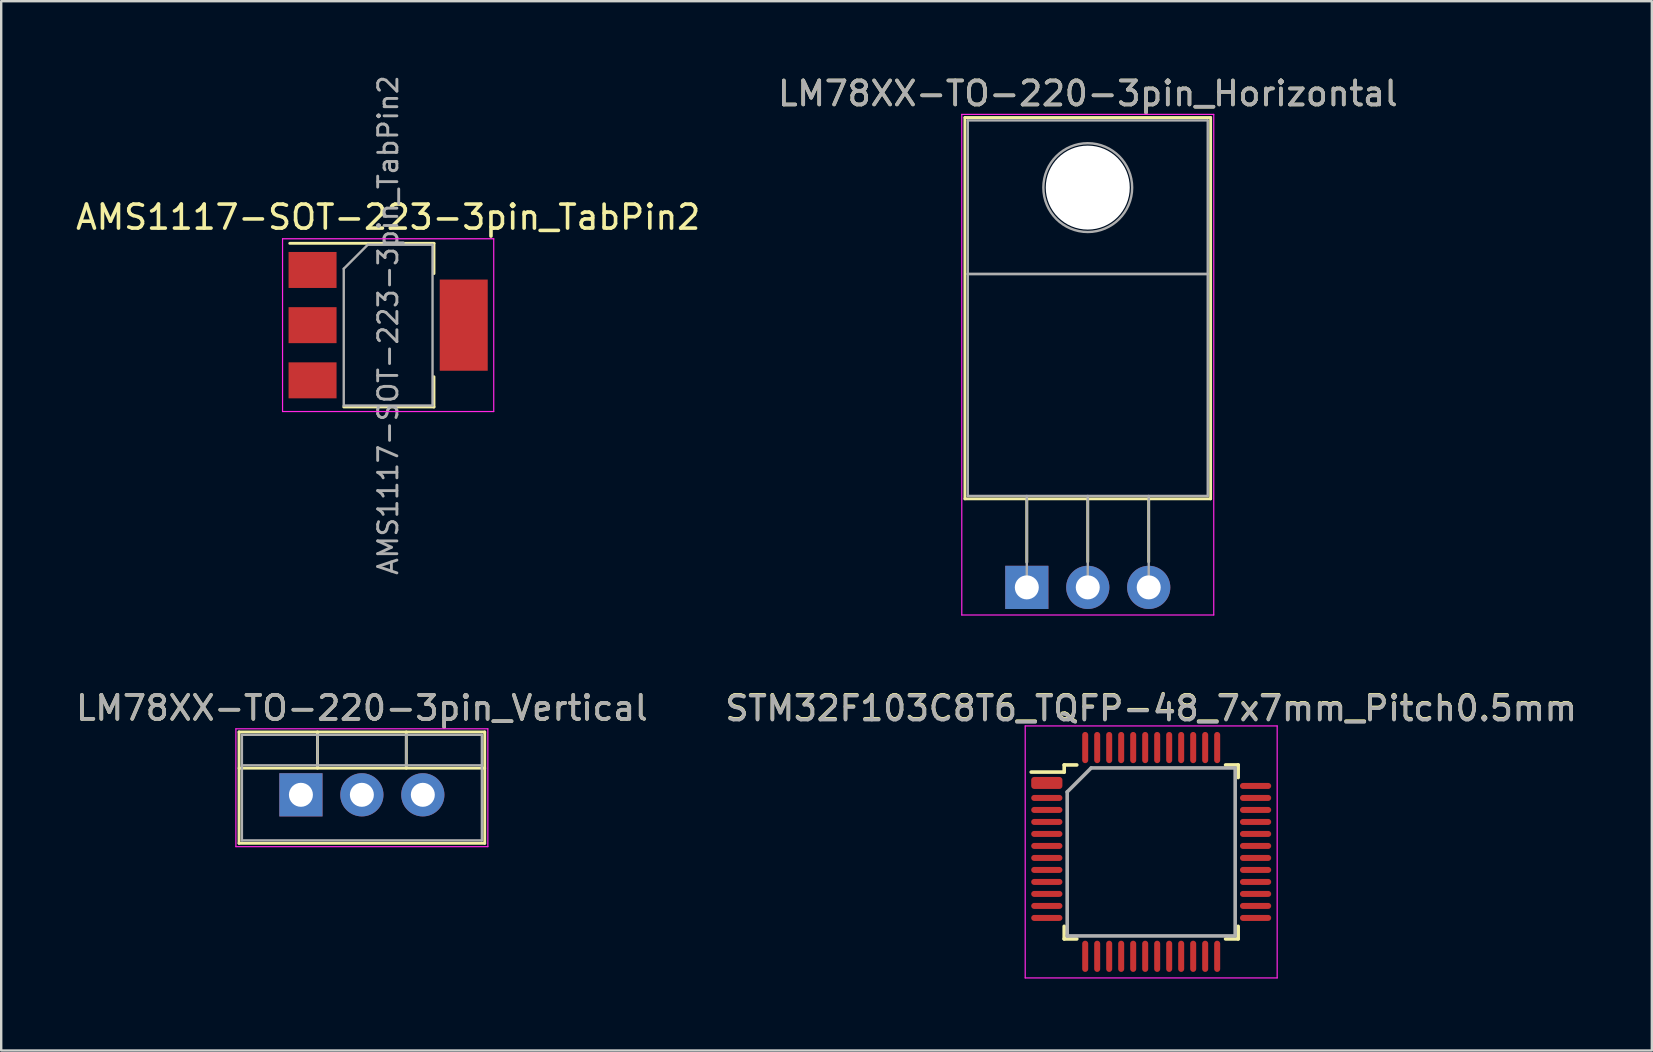
<source format=kicad_pcb>
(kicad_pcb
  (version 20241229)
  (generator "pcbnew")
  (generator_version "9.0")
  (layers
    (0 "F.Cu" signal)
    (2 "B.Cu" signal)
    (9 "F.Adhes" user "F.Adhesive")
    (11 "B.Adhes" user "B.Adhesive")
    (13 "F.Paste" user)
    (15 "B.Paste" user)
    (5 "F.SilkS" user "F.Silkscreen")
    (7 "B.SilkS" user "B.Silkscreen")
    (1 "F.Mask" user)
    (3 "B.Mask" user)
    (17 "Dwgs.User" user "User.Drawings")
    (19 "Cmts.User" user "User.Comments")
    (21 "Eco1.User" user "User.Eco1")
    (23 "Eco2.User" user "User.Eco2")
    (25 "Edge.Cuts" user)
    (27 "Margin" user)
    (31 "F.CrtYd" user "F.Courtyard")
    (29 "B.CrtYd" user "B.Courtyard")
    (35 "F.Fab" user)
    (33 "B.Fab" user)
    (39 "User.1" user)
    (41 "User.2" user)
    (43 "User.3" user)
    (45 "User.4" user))
  (footprint "LM78XX-TO-220-3pin_Horizontal"
    (layer "F.Cu")
    (at 39.74 21.428)
    (property "Reference" "LM78XX-TO-220-3pin_Horizontal" (at 2.54 -20.58 0) (layer "F.SilkS") (effects (font (size 1 1) (thickness 0.15))))
    (attr through_hole)
    (fp_line (start -2.58 -19.58) (end -2.58 -3.69) (stroke (width 0.12) (type solid)) (layer "F.SilkS"))
    (fp_line (start -2.58 -19.58) (end 7.66 -19.58) (stroke (width 0.12) (type solid)) (layer "F.SilkS"))
    (fp_line (start -2.58 -3.69) (end 7.66 -3.69) (stroke (width 0.12) (type solid)) (layer "F.SilkS"))
    (fp_line (start 0 -3.69) (end 0 -1.05) (stroke (width 0.12) (type solid)) (layer "F.SilkS"))
    (fp_line (start 2.54 -3.69) (end 2.54 -1.066) (stroke (width 0.12) (type solid)) (layer "F.SilkS"))
    (fp_line (start 5.08 -3.69) (end 5.08 -1.066) (stroke (width 0.12) (type solid)) (layer "F.SilkS"))
    (fp_line (start 7.66 -19.58) (end 7.66 -3.69) (stroke (width 0.12) (type solid)) (layer "F.SilkS"))
    (fp_line (start -2.71 -19.71) (end -2.71 1.15) (stroke (width 0.05) (type solid)) (layer "F.CrtYd"))
    (fp_line (start -2.71 1.15) (end 7.79 1.15) (stroke (width 0.05) (type solid)) (layer "F.CrtYd"))
    (fp_line (start 7.79 -19.71) (end -2.71 -19.71) (stroke (width 0.05) (type solid)) (layer "F.CrtYd"))
    (fp_line (start 7.79 1.15) (end 7.79 -19.71) (stroke (width 0.05) (type solid)) (layer "F.CrtYd"))
    (fp_line (start -2.46 -19.46) (end 7.54 -19.46) (stroke (width 0.1) (type solid)) (layer "F.Fab"))
    (fp_line (start -2.46 -13.06) (end -2.46 -19.46) (stroke (width 0.1) (type solid)) (layer "F.Fab"))
    (fp_line (start -2.46 -13.06) (end 7.54 -13.06) (stroke (width 0.1) (type solid)) (layer "F.Fab"))
    (fp_line (start -2.46 -3.81) (end -2.46 -13.06) (stroke (width 0.1) (type solid)) (layer "F.Fab"))
    (fp_line (start 0 -3.81) (end 0 0) (stroke (width 0.1) (type solid)) (layer "F.Fab"))
    (fp_line (start 2.54 -3.81) (end 2.54 0) (stroke (width 0.1) (type solid)) (layer "F.Fab"))
    (fp_line (start 5.08 -3.81) (end 5.08 0) (stroke (width 0.1) (type solid)) (layer "F.Fab"))
    (fp_line (start 7.54 -19.46) (end 7.54 -13.06) (stroke (width 0.1) (type solid)) (layer "F.Fab"))
    (fp_line (start 7.54 -13.06) (end -2.46 -13.06) (stroke (width 0.1) (type solid)) (layer "F.Fab"))
    (fp_line (start 7.54 -13.06) (end 7.54 -3.81) (stroke (width 0.1) (type solid)) (layer "F.Fab"))
    (fp_line (start 7.54 -3.81) (end -2.46 -3.81) (stroke (width 0.1) (type solid)) (layer "F.Fab"))
    (fp_circle (center 2.54 -16.66) (end 4.39 -16.66) (stroke (width 0.1) (type solid)) (fill no) (layer "F.Fab"))
    (fp_text user "${REFERENCE}" (at 2.54 -20.58 0) (layer "F.Fab") (effects (font (size 1 1) (thickness 0.15))))
    (pad "" np_thru_hole oval (at 2.54 -16.66) (size 3.5 3.5) (drill 3.5) (layers "*.Cu" "*.Mask"))
    (pad "1" thru_hole rect (at 0 0) (size 1.8 1.8) (drill 1) (layers "*.Cu" "*.Mask"))
    (pad "2" thru_hole oval (at 2.54 0) (size 1.8 1.8) (drill 1) (layers "*.Cu" "*.Mask"))
    (pad "3" thru_hole oval (at 5.08 0) (size 1.8 1.8) (drill 1) (layers "*.Cu" "*.Mask")))
  (footprint "LM78XX-TO-220-3pin_Vertical"
    (layer "F.Cu")
    (at 12.03 30.072)
    (property "Reference" "LM78XX-TO-220-3pin_Vertical" (at 0 -3.62 0) (layer "F.SilkS") (effects (font (size 1 1) (thickness 0.15))))
    (attr through_hole)
    (fp_line (start -5.12 -2.62) (end -5.12 2.021) (stroke (width 0.12) (type solid)) (layer "F.SilkS"))
    (fp_line (start -5.12 -2.62) (end 5.12 -2.62) (stroke (width 0.12) (type solid)) (layer "F.SilkS"))
    (fp_line (start -5.12 -1.11) (end 5.12 -1.11) (stroke (width 0.12) (type solid)) (layer "F.SilkS"))
    (fp_line (start -5.12 2.021) (end 5.12 2.021) (stroke (width 0.12) (type solid)) (layer "F.SilkS"))
    (fp_line (start -1.85 -2.62) (end -1.85 -1.11) (stroke (width 0.12) (type solid)) (layer "F.SilkS"))
    (fp_line (start 1.851 -2.62) (end 1.851 -1.11) (stroke (width 0.12) (type solid)) (layer "F.SilkS"))
    (fp_line (start 5.12 -2.62) (end 5.12 2.021) (stroke (width 0.12) (type solid)) (layer "F.SilkS"))
    (fp_line (start -5.25 -2.75) (end -5.25 2.16) (stroke (width 0.05) (type solid)) (layer "F.CrtYd"))
    (fp_line (start -5.25 2.16) (end 5.25 2.16) (stroke (width 0.05) (type solid)) (layer "F.CrtYd"))
    (fp_line (start 5.25 -2.75) (end -5.25 -2.75) (stroke (width 0.05) (type solid)) (layer "F.CrtYd"))
    (fp_line (start 5.25 2.16) (end 5.25 -2.75) (stroke (width 0.05) (type solid)) (layer "F.CrtYd"))
    (fp_line (start -5 -2.5) (end -5 1.9) (stroke (width 0.1) (type solid)) (layer "F.Fab"))
    (fp_line (start -5 -1.23) (end 5 -1.23) (stroke (width 0.1) (type solid)) (layer "F.Fab"))
    (fp_line (start -5 1.9) (end 5 1.9) (stroke (width 0.1) (type solid)) (layer "F.Fab"))
    (fp_line (start -1.85 -2.5) (end -1.85 -1.23) (stroke (width 0.1) (type solid)) (layer "F.Fab"))
    (fp_line (start 1.85 -2.5) (end 1.85 -1.23) (stroke (width 0.1) (type solid)) (layer "F.Fab"))
    (fp_line (start 5 -2.5) (end -5 -2.5) (stroke (width 0.1) (type solid)) (layer "F.Fab"))
    (fp_line (start 5 1.9) (end 5 -2.5) (stroke (width 0.1) (type solid)) (layer "F.Fab"))
    (fp_text user "${REFERENCE}" (at 0 -3.62 0) (layer "F.Fab") (effects (font (size 1 1) (thickness 0.15))))
    (pad "1" thru_hole rect (at -2.54 0) (size 1.8 1.8) (drill 1) (layers "*.Cu" "*.Mask"))
    (pad "2" thru_hole oval (at 0 0) (size 1.8 1.8) (drill 1) (layers "*.Cu" "*.Mask"))
    (pad "3" thru_hole oval (at 2.54 0) (size 1.8 1.8) (drill 1) (layers "*.Cu" "*.Mask")))
  (footprint "AMS1117-SOT-223-3pin_TabPin2"
    (layer "F.Cu")
    (at 9.95 8.214)
    (property "Reference" "AMS1117-SOT-223-3pin_TabPin2" (at 3.175 -2.214 0) (layer "F.SilkS") (effects (font (size 1 1) (thickness 0.15))))
    (attr smd)
    (fp_line (start -0.925 -1.124) (end 5.085 -1.124) (stroke (width 0.12) (type solid)) (layer "F.SilkS"))
    (fp_line (start 1.325 5.696) (end 5.085 5.696) (stroke (width 0.12) (type solid)) (layer "F.SilkS"))
    (fp_line (start 5.085 -1.124) (end 5.085 0.136) (stroke (width 0.12) (type solid)) (layer "F.SilkS"))
    (fp_line (start 5.085 5.696) (end 5.085 4.436) (stroke (width 0.12) (type solid)) (layer "F.SilkS"))
    (fp_line (start -1.225 -1.314) (end -1.225 5.886) (stroke (width 0.05) (type solid)) (layer "F.CrtYd"))
    (fp_line (start -1.225 5.886) (end 7.575 5.886) (stroke (width 0.05) (type solid)) (layer "F.CrtYd"))
    (fp_line (start 7.575 -1.314) (end -1.225 -1.314) (stroke (width 0.05) (type solid)) (layer "F.CrtYd"))
    (fp_line (start 7.575 5.886) (end 7.575 -1.314) (stroke (width 0.05) (type solid)) (layer "F.CrtYd"))
    (fp_line (start 1.325 -0.064) (end 1.325 5.636) (stroke (width 0.1) (type solid)) (layer "F.Fab"))
    (fp_line (start 1.325 -0.064) (end 2.325 -1.064) (stroke (width 0.1) (type solid)) (layer "F.Fab"))
    (fp_line (start 1.325 5.636) (end 5.025 5.636) (stroke (width 0.1) (type solid)) (layer "F.Fab"))
    (fp_line (start 2.325 -1.064) (end 5.025 -1.064) (stroke (width 0.1) (type solid)) (layer "F.Fab"))
    (fp_line (start 5.025 -1.064) (end 5.025 5.636) (stroke (width 0.1) (type solid)) (layer "F.Fab"))
    (fp_text user "${REFERENCE}" (at 3.175 2.286 90) (layer "F.Fab") (effects (font (size 0.8 0.8) (thickness 0.12))))
    (pad "1" smd rect (at 0.025 -0.014) (size 2 1.5) (layers "F.Cu" "F.Mask" "F.Paste"))
    (pad "2" smd rect (at 0.025 2.286) (size 2 1.5) (layers "F.Cu" "F.Mask" "F.Paste"))
    (pad "2" smd rect (at 6.325 2.286) (size 2 3.8) (layers "F.Cu" "F.Mask" "F.Paste"))
    (pad "3" smd rect (at 0.025 4.586) (size 2 1.5) (layers "F.Cu" "F.Mask" "F.Paste")))
  (footprint "STM32F103C8T6_TQFP-48_7x7mm_Pitch0.5mm"
    (placed yes)
    (layer "F.Cu")
    (at 44.923 32.452)
    (property "Reference" "STM32F103C8T6_TQFP-48_7x7mm_Pitch0.5mm" (at 0 -6 0) (layer "F.SilkS") (effects (font (size 1 1) (thickness 0.15))))
    (attr smd)
    (fp_line (start -3.625 -3.625) (end -3.1 -3.625) (stroke (width 0.15) (type solid)) (layer "F.SilkS"))
    (fp_line (start -3.625 -3.327) (end -5 -3.327) (stroke (width 0.15) (type solid)) (layer "F.SilkS"))
    (fp_line (start -3.625 3.625) (end -3.625 3.1) (stroke (width 0.15) (type solid)) (layer "F.SilkS"))
    (fp_line (start -3.625 3.625) (end -3.1 3.625) (stroke (width 0.15) (type solid)) (layer "F.SilkS"))
    (fp_line (start -3.625 -3.625) (end -3.625 -3.327) (stroke (width 0.15) (type solid)) (layer "F.SilkS"))
    (fp_line (start 3.625 -3.625) (end 3.1 -3.625) (stroke (width 0.15) (type solid)) (layer "F.SilkS"))
    (fp_line (start 3.625 -3.625) (end 3.625 -3.1) (stroke (width 0.15) (type solid)) (layer "F.SilkS"))
    (fp_line (start 3.625 3.625) (end 3.1 3.625) (stroke (width 0.15) (type solid)) (layer "F.SilkS"))
    (fp_line (start 3.625 3.625) (end 3.625 3.1) (stroke (width 0.15) (type solid)) (layer "F.SilkS"))
    (fp_line (start -5.25 -5.25) (end -5.25 5.25) (stroke (width 0.05) (type solid)) (layer "F.CrtYd"))
    (fp_line (start -5.25 -5.25) (end 5.25 -5.25) (stroke (width 0.05) (type solid)) (layer "F.CrtYd"))
    (fp_line (start -5.25 5.25) (end 5.25 5.25) (stroke (width 0.05) (type solid)) (layer "F.CrtYd"))
    (fp_line (start 5.25 -5.25) (end 5.25 5.25) (stroke (width 0.05) (type solid)) (layer "F.CrtYd"))
    (fp_line (start -3.5 -2.5) (end -2.5 -3.5) (stroke (width 0.15) (type solid)) (layer "F.Fab"))
    (fp_line (start -3.5 3.5) (end -3.5 -2.5) (stroke (width 0.15) (type solid)) (layer "F.Fab"))
    (fp_line (start -2.5 -3.5) (end 3.5 -3.5) (stroke (width 0.15) (type solid)) (layer "F.Fab"))
    (fp_line (start 3.5 -3.5) (end 3.5 3.5) (stroke (width 0.15) (type solid)) (layer "F.Fab"))
    (fp_line (start 3.5 3.5) (end -3.5 3.5) (stroke (width 0.15) (type solid)) (layer "F.Fab"))
    (fp_text user "${REFERENCE}" (at 0 -5.969 0) (layer "F.Fab") (effects (font (size 1 1) (thickness 0.15))))
    (pad "1" smd roundrect (at -4.35 -2.75) (size 1.3 0.5) (drill (offset 0 -0.125)) (layers "F.Cu" "F.Mask" "F.Paste") (roundrect_rratio 0.25))
    (pad "2" smd oval (at -4.35 -2.25) (size 1.3 0.25) (layers "F.Cu" "F.Mask" "F.Paste"))
    (pad "3" smd oval (at -4.35 -1.75) (size 1.3 0.25) (layers "F.Cu" "F.Mask" "F.Paste"))
    (pad "4" smd oval (at -4.35 -1.25) (size 1.3 0.25) (layers "F.Cu" "F.Mask" "F.Paste"))
    (pad "5" smd oval (at -4.35 -0.75) (size 1.3 0.25) (layers "F.Cu" "F.Mask" "F.Paste"))
    (pad "6" smd oval (at -4.35 -0.25) (size 1.3 0.25) (layers "F.Cu" "F.Mask" "F.Paste"))
    (pad "7" smd oval (at -4.35 0.25) (size 1.3 0.25) (layers "F.Cu" "F.Mask" "F.Paste"))
    (pad "8" smd oval (at -4.35 0.75) (size 1.3 0.25) (layers "F.Cu" "F.Mask" "F.Paste"))
    (pad "9" smd oval (at -4.35 1.25) (size 1.3 0.25) (layers "F.Cu" "F.Mask" "F.Paste"))
    (pad "10" smd oval (at -4.35 1.75) (size 1.3 0.25) (layers "F.Cu" "F.Mask" "F.Paste"))
    (pad "11" smd oval (at -4.35 2.25) (size 1.3 0.25) (layers "F.Cu" "F.Mask" "F.Paste"))
    (pad "12" smd oval (at -4.35 2.75) (size 1.3 0.25) (layers "F.Cu" "F.Mask" "F.Paste"))
    (pad "13" smd oval (at -2.75 4.35 90) (size 1.3 0.25) (layers "F.Cu" "F.Mask" "F.Paste"))
    (pad "14" smd oval (at -2.25 4.35 90) (size 1.3 0.25) (layers "F.Cu" "F.Mask" "F.Paste"))
    (pad "15" smd oval (at -1.75 4.35 90) (size 1.3 0.25) (layers "F.Cu" "F.Mask" "F.Paste"))
    (pad "16" smd oval (at -1.25 4.35 90) (size 1.3 0.25) (layers "F.Cu" "F.Mask" "F.Paste"))
    (pad "17" smd oval (at -0.75 4.35 90) (size 1.3 0.25) (layers "F.Cu" "F.Mask" "F.Paste"))
    (pad "18" smd oval (at -0.25 4.35 90) (size 1.3 0.25) (layers "F.Cu" "F.Mask" "F.Paste"))
    (pad "19" smd oval (at 0.25 4.35 90) (size 1.3 0.25) (layers "F.Cu" "F.Mask" "F.Paste"))
    (pad "20" smd oval (at 0.75 4.35 90) (size 1.3 0.25) (layers "F.Cu" "F.Mask" "F.Paste"))
    (pad "21" smd oval (at 1.25 4.35 90) (size 1.3 0.25) (layers "F.Cu" "F.Mask" "F.Paste"))
    (pad "22" smd oval (at 1.75 4.35 90) (size 1.3 0.25) (layers "F.Cu" "F.Mask" "F.Paste"))
    (pad "23" smd oval (at 2.25 4.35 90) (size 1.3 0.25) (layers "F.Cu" "F.Mask" "F.Paste"))
    (pad "24" smd oval (at 2.75 4.35 90) (size 1.3 0.25) (layers "F.Cu" "F.Mask" "F.Paste"))
    (pad "25" smd oval (at 4.35 2.75) (size 1.3 0.25) (layers "F.Cu" "F.Mask" "F.Paste"))
    (pad "26" smd oval (at 4.35 2.25) (size 1.3 0.25) (layers "F.Cu" "F.Mask" "F.Paste"))
    (pad "27" smd oval (at 4.35 1.75) (size 1.3 0.25) (layers "F.Cu" "F.Mask" "F.Paste"))
    (pad "28" smd oval (at 4.35 1.25) (size 1.3 0.25) (layers "F.Cu" "F.Mask" "F.Paste"))
    (pad "29" smd oval (at 4.35 0.75) (size 1.3 0.25) (layers "F.Cu" "F.Mask" "F.Paste"))
    (pad "30" smd oval (at 4.35 0.25) (size 1.3 0.25) (layers "F.Cu" "F.Mask" "F.Paste"))
    (pad "31" smd oval (at 4.35 -0.25) (size 1.3 0.25) (layers "F.Cu" "F.Mask" "F.Paste"))
    (pad "32" smd oval (at 4.35 -0.75) (size 1.3 0.25) (layers "F.Cu" "F.Mask" "F.Paste"))
    (pad "33" smd oval (at 4.35 -1.25) (size 1.3 0.25) (layers "F.Cu" "F.Mask" "F.Paste"))
    (pad "34" smd oval (at 4.35 -1.75) (size 1.3 0.25) (layers "F.Cu" "F.Mask" "F.Paste"))
    (pad "35" smd oval (at 4.35 -2.25) (size 1.3 0.25) (layers "F.Cu" "F.Mask" "F.Paste"))
    (pad "36" smd oval (at 4.35 -2.75) (size 1.3 0.25) (layers "F.Cu" "F.Mask" "F.Paste"))
    (pad "37" smd oval (at 2.75 -4.35 90) (size 1.3 0.25) (layers "F.Cu" "F.Mask" "F.Paste"))
    (pad "38" smd oval (at 2.25 -4.35 90) (size 1.3 0.25) (layers "F.Cu" "F.Mask" "F.Paste"))
    (pad "39" smd oval (at 1.75 -4.35 90) (size 1.3 0.25) (layers "F.Cu" "F.Mask" "F.Paste"))
    (pad "40" smd oval (at 1.25 -4.35 90) (size 1.3 0.25) (layers "F.Cu" "F.Mask" "F.Paste"))
    (pad "41" smd oval (at 0.75 -4.35 90) (size 1.3 0.25) (layers "F.Cu" "F.Mask" "F.Paste"))
    (pad "42" smd oval (at 0.25 -4.35 90) (size 1.3 0.25) (layers "F.Cu" "F.Mask" "F.Paste"))
    (pad "43" smd oval (at -0.25 -4.35 90) (size 1.3 0.25) (layers "F.Cu" "F.Mask" "F.Paste"))
    (pad "44" smd oval (at -0.75 -4.35 90) (size 1.3 0.25) (layers "F.Cu" "F.Mask" "F.Paste"))
    (pad "45" smd oval (at -1.25 -4.35 90) (size 1.3 0.25) (layers "F.Cu" "F.Mask" "F.Paste"))
    (pad "46" smd oval (at -1.75 -4.35 90) (size 1.3 0.25) (layers "F.Cu" "F.Mask" "F.Paste"))
    (pad "47" smd oval (at -2.25 -4.35 90) (size 1.3 0.25) (layers "F.Cu" "F.Mask" "F.Paste"))
    (pad "48" smd oval (at -2.75 -4.35 90) (size 1.3 0.25) (layers "F.Cu" "F.Mask" "F.Paste")))
  (gr_rect
    (start -3 -3)
    (end 65.786 40.727)
    (stroke (width 0.1) (type default))
    (fill no)
    (layer "Edge.Cuts")))
</source>
